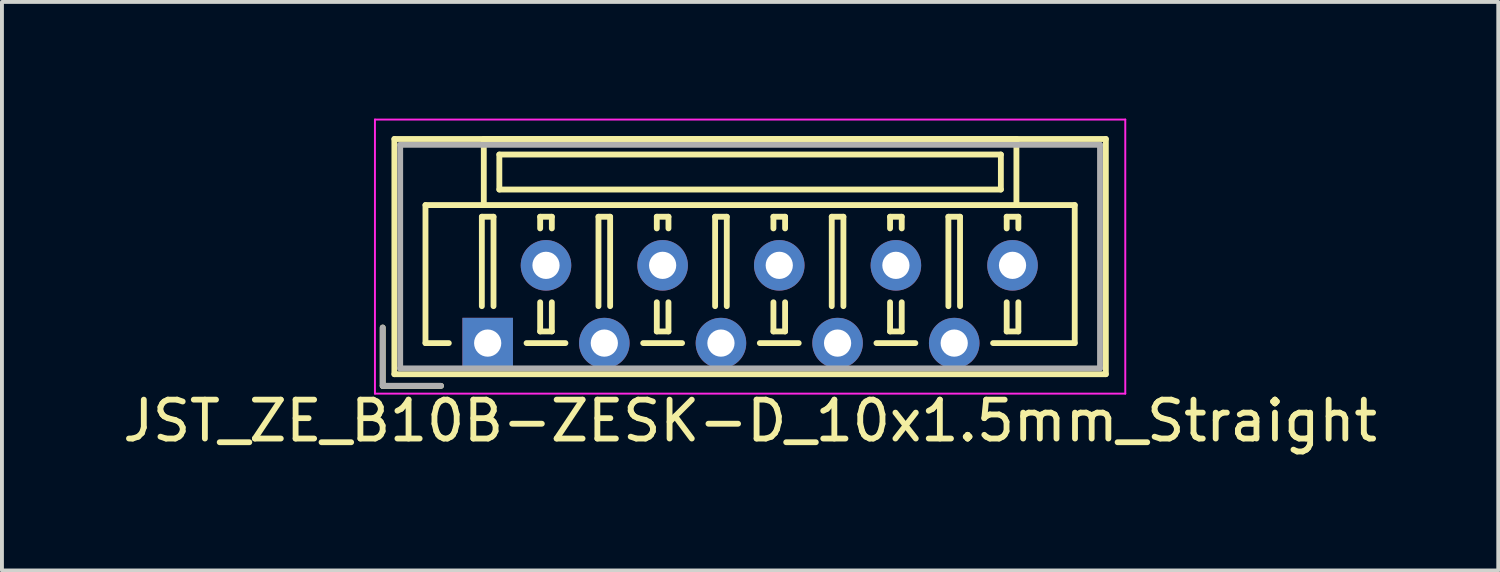
<source format=kicad_pcb>
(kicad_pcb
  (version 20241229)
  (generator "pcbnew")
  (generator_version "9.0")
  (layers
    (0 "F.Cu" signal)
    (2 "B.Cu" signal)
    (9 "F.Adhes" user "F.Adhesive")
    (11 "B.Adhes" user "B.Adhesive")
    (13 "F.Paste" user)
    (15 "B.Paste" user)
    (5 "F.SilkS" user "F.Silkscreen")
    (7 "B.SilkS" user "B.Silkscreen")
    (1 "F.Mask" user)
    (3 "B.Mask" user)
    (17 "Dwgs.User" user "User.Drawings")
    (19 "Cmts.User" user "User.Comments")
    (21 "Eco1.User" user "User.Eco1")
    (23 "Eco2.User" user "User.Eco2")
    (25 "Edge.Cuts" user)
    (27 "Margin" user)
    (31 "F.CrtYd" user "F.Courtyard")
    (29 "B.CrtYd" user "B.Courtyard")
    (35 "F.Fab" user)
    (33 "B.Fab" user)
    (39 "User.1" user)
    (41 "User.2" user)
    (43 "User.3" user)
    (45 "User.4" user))
  (footprint "JST_ZE_B10B-ZESK-D_10x1.5mm_Straight"
    (layer "F.Cu")
    (at 9.494 5.775)
    (property "Reference" "JST_ZE_B10B-ZESK-D_10x1.5mm_Straight" (at 6.75 2 0) (layer "F.SilkS") (effects (font (size 1 1) (thickness 0.15))))
    (attr through_hole)
    (fp_line (start -2.7 -0.4) (end -2.7 1.1) (stroke (width 0.15) (type solid)) (layer "F.SilkS"))
    (fp_line (start -2.7 1.1) (end -1.2 1.1) (stroke (width 0.15) (type solid)) (layer "F.SilkS"))
    (fp_line (start -2.4 -5.25) (end -2.4 0.8) (stroke (width 0.15) (type solid)) (layer "F.SilkS"))
    (fp_line (start -2.4 0.8) (end 15.9 0.8) (stroke (width 0.15) (type solid)) (layer "F.SilkS"))
    (fp_line (start -1.6 -3.55) (end -1.6 0) (stroke (width 0.15) (type solid)) (layer "F.SilkS"))
    (fp_line (start -1.6 0) (end -1 0) (stroke (width 0.15) (type solid)) (layer "F.SilkS"))
    (fp_line (start -0.15 -3.25) (end 0.15 -3.25) (stroke (width 0.15) (type solid)) (layer "F.SilkS"))
    (fp_line (start -0.15 -0.95) (end -0.15 -3.25) (stroke (width 0.15) (type solid)) (layer "F.SilkS"))
    (fp_line (start -0.1 -5.25) (end -0.1 -3.55) (stroke (width 0.15) (type solid)) (layer "F.SilkS"))
    (fp_line (start -0.1 -3.55) (end -1.6 -3.55) (stroke (width 0.15) (type solid)) (layer "F.SilkS"))
    (fp_line (start -0.1 -3.55) (end 13.6 -3.55) (stroke (width 0.15) (type solid)) (layer "F.SilkS"))
    (fp_line (start 0.15 -3.25) (end 0.15 -0.95) (stroke (width 0.15) (type solid)) (layer "F.SilkS"))
    (fp_line (start 0.3 -4.85) (end 0.3 -3.95) (stroke (width 0.15) (type solid)) (layer "F.SilkS"))
    (fp_line (start 0.3 -3.95) (end 13.2 -3.95) (stroke (width 0.15) (type solid)) (layer "F.SilkS"))
    (fp_line (start 1 0) (end 2 0) (stroke (width 0.15) (type solid)) (layer "F.SilkS"))
    (fp_line (start 1.35 -3.25) (end 1.65 -3.25) (stroke (width 0.15) (type solid)) (layer "F.SilkS"))
    (fp_line (start 1.35 -2.95) (end 1.35 -3.25) (stroke (width 0.15) (type solid)) (layer "F.SilkS"))
    (fp_line (start 1.35 -1.05) (end 1.35 -0.3) (stroke (width 0.15) (type solid)) (layer "F.SilkS"))
    (fp_line (start 1.35 -0.3) (end 1.65 -0.3) (stroke (width 0.15) (type solid)) (layer "F.SilkS"))
    (fp_line (start 1.65 -3.25) (end 1.65 -2.95) (stroke (width 0.15) (type solid)) (layer "F.SilkS"))
    (fp_line (start 1.65 -0.3) (end 1.65 -1.05) (stroke (width 0.15) (type solid)) (layer "F.SilkS"))
    (fp_line (start 2.85 -3.25) (end 3.15 -3.25) (stroke (width 0.15) (type solid)) (layer "F.SilkS"))
    (fp_line (start 2.85 -0.95) (end 2.85 -3.25) (stroke (width 0.15) (type solid)) (layer "F.SilkS"))
    (fp_line (start 3.15 -3.25) (end 3.15 -0.95) (stroke (width 0.15) (type solid)) (layer "F.SilkS"))
    (fp_line (start 4 0) (end 5 0) (stroke (width 0.15) (type solid)) (layer "F.SilkS"))
    (fp_line (start 4.35 -3.25) (end 4.65 -3.25) (stroke (width 0.15) (type solid)) (layer "F.SilkS"))
    (fp_line (start 4.35 -2.95) (end 4.35 -3.25) (stroke (width 0.15) (type solid)) (layer "F.SilkS"))
    (fp_line (start 4.35 -1.05) (end 4.35 -0.3) (stroke (width 0.15) (type solid)) (layer "F.SilkS"))
    (fp_line (start 4.35 -0.3) (end 4.65 -0.3) (stroke (width 0.15) (type solid)) (layer "F.SilkS"))
    (fp_line (start 4.65 -3.25) (end 4.65 -2.95) (stroke (width 0.15) (type solid)) (layer "F.SilkS"))
    (fp_line (start 4.65 -0.3) (end 4.65 -1.05) (stroke (width 0.15) (type solid)) (layer "F.SilkS"))
    (fp_line (start 5.85 -3.25) (end 6.15 -3.25) (stroke (width 0.15) (type solid)) (layer "F.SilkS"))
    (fp_line (start 5.85 -0.95) (end 5.85 -3.25) (stroke (width 0.15) (type solid)) (layer "F.SilkS"))
    (fp_line (start 6.15 -3.25) (end 6.15 -0.95) (stroke (width 0.15) (type solid)) (layer "F.SilkS"))
    (fp_line (start 7 0) (end 8 0) (stroke (width 0.15) (type solid)) (layer "F.SilkS"))
    (fp_line (start 7.35 -3.25) (end 7.65 -3.25) (stroke (width 0.15) (type solid)) (layer "F.SilkS"))
    (fp_line (start 7.35 -2.95) (end 7.35 -3.25) (stroke (width 0.15) (type solid)) (layer "F.SilkS"))
    (fp_line (start 7.35 -1.05) (end 7.35 -0.3) (stroke (width 0.15) (type solid)) (layer "F.SilkS"))
    (fp_line (start 7.35 -0.3) (end 7.65 -0.3) (stroke (width 0.15) (type solid)) (layer "F.SilkS"))
    (fp_line (start 7.65 -3.25) (end 7.65 -2.95) (stroke (width 0.15) (type solid)) (layer "F.SilkS"))
    (fp_line (start 7.65 -0.3) (end 7.65 -1.05) (stroke (width 0.15) (type solid)) (layer "F.SilkS"))
    (fp_line (start 8.85 -3.25) (end 9.15 -3.25) (stroke (width 0.15) (type solid)) (layer "F.SilkS"))
    (fp_line (start 8.85 -0.95) (end 8.85 -3.25) (stroke (width 0.15) (type solid)) (layer "F.SilkS"))
    (fp_line (start 9.15 -3.25) (end 9.15 -0.95) (stroke (width 0.15) (type solid)) (layer "F.SilkS"))
    (fp_line (start 10 0) (end 11 0) (stroke (width 0.15) (type solid)) (layer "F.SilkS"))
    (fp_line (start 10.35 -3.25) (end 10.65 -3.25) (stroke (width 0.15) (type solid)) (layer "F.SilkS"))
    (fp_line (start 10.35 -2.95) (end 10.35 -3.25) (stroke (width 0.15) (type solid)) (layer "F.SilkS"))
    (fp_line (start 10.35 -1.05) (end 10.35 -0.3) (stroke (width 0.15) (type solid)) (layer "F.SilkS"))
    (fp_line (start 10.35 -0.3) (end 10.65 -0.3) (stroke (width 0.15) (type solid)) (layer "F.SilkS"))
    (fp_line (start 10.65 -3.25) (end 10.65 -2.95) (stroke (width 0.15) (type solid)) (layer "F.SilkS"))
    (fp_line (start 10.65 -0.3) (end 10.65 -1.05) (stroke (width 0.15) (type solid)) (layer "F.SilkS"))
    (fp_line (start 11.85 -3.25) (end 12.15 -3.25) (stroke (width 0.15) (type solid)) (layer "F.SilkS"))
    (fp_line (start 11.85 -0.95) (end 11.85 -3.25) (stroke (width 0.15) (type solid)) (layer "F.SilkS"))
    (fp_line (start 12.15 -3.25) (end 12.15 -0.95) (stroke (width 0.15) (type solid)) (layer "F.SilkS"))
    (fp_line (start 13.2 -4.85) (end 0.3 -4.85) (stroke (width 0.15) (type solid)) (layer "F.SilkS"))
    (fp_line (start 13.2 -3.95) (end 13.2 -4.85) (stroke (width 0.15) (type solid)) (layer "F.SilkS"))
    (fp_line (start 13.35 -3.25) (end 13.65 -3.25) (stroke (width 0.15) (type solid)) (layer "F.SilkS"))
    (fp_line (start 13.35 -2.95) (end 13.35 -3.25) (stroke (width 0.15) (type solid)) (layer "F.SilkS"))
    (fp_line (start 13.35 -1.05) (end 13.35 -0.3) (stroke (width 0.15) (type solid)) (layer "F.SilkS"))
    (fp_line (start 13.35 -0.3) (end 13.65 -0.3) (stroke (width 0.15) (type solid)) (layer "F.SilkS"))
    (fp_line (start 13.6 -5.25) (end -0.1 -5.25) (stroke (width 0.15) (type solid)) (layer "F.SilkS"))
    (fp_line (start 13.6 -3.55) (end 13.6 -5.25) (stroke (width 0.15) (type solid)) (layer "F.SilkS"))
    (fp_line (start 13.6 -3.55) (end 15.1 -3.55) (stroke (width 0.15) (type solid)) (layer "F.SilkS"))
    (fp_line (start 13.65 -3.25) (end 13.65 -2.95) (stroke (width 0.15) (type solid)) (layer "F.SilkS"))
    (fp_line (start 13.65 -0.3) (end 13.65 -1.05) (stroke (width 0.15) (type solid)) (layer "F.SilkS"))
    (fp_line (start 15.1 -3.55) (end 15.1 0) (stroke (width 0.15) (type solid)) (layer "F.SilkS"))
    (fp_line (start 15.1 0) (end 13 0) (stroke (width 0.15) (type solid)) (layer "F.SilkS"))
    (fp_line (start 15.9 -5.25) (end -2.4 -5.25) (stroke (width 0.15) (type solid)) (layer "F.SilkS"))
    (fp_line (start 15.9 0.8) (end 15.9 -5.25) (stroke (width 0.15) (type solid)) (layer "F.SilkS"))
    (fp_line (start -2.9 -5.75) (end -2.9 1.3) (stroke (width 0.05) (type solid)) (layer "F.CrtYd"))
    (fp_line (start -2.9 1.3) (end 16.4 1.3) (stroke (width 0.05) (type solid)) (layer "F.CrtYd"))
    (fp_line (start 16.4 -5.75) (end -2.9 -5.75) (stroke (width 0.05) (type solid)) (layer "F.CrtYd"))
    (fp_line (start 16.4 1.3) (end 16.4 -5.75) (stroke (width 0.05) (type solid)) (layer "F.CrtYd"))
    (fp_line (start -2.7 -0.4) (end -2.7 1.1) (stroke (width 0.15) (type solid)) (layer "F.Fab"))
    (fp_line (start -2.7 1.1) (end -1.2 1.1) (stroke (width 0.15) (type solid)) (layer "F.Fab"))
    (fp_line (start -2.25 -5.1) (end -2.25 0.65) (stroke (width 0.15) (type solid)) (layer "F.Fab"))
    (fp_line (start -2.25 0.65) (end 15.75 0.65) (stroke (width 0.15) (type solid)) (layer "F.Fab"))
    (fp_line (start 15.75 -5.1) (end -2.25 -5.1) (stroke (width 0.15) (type solid)) (layer "F.Fab"))
    (fp_line (start 15.75 0.65) (end 15.75 -5.1) (stroke (width 0.15) (type solid)) (layer "F.Fab"))
    (pad "1" thru_hole rect (at 0 0) (size 1.3 1.3) (drill 0.7) (layers "*.Cu" "*.Mask"))
    (pad "2" thru_hole circle (at 1.5 -2) (size 1.3 1.3) (drill 0.7) (layers "*.Cu" "*.Mask"))
    (pad "3" thru_hole circle (at 3 0) (size 1.3 1.3) (drill 0.7) (layers "*.Cu" "*.Mask"))
    (pad "4" thru_hole circle (at 4.5 -2) (size 1.3 1.3) (drill 0.7) (layers "*.Cu" "*.Mask"))
    (pad "5" thru_hole circle (at 6 0) (size 1.3 1.3) (drill 0.7) (layers "*.Cu" "*.Mask"))
    (pad "6" thru_hole circle (at 7.5 -2) (size 1.3 1.3) (drill 0.7) (layers "*.Cu" "*.Mask"))
    (pad "7" thru_hole circle (at 9 0) (size 1.3 1.3) (drill 0.7) (layers "*.Cu" "*.Mask"))
    (pad "8" thru_hole circle (at 10.5 -2) (size 1.3 1.3) (drill 0.7) (layers "*.Cu" "*.Mask"))
    (pad "9" thru_hole circle (at 12 0) (size 1.3 1.3) (drill 0.7) (layers "*.Cu" "*.Mask"))
    (pad "10" thru_hole circle (at 13.5 -2) (size 1.3 1.3) (drill 0.7) (layers "*.Cu" "*.Mask")))
  (gr_rect
    (start -3 -3)
    (end 35.488 11.623)
    (stroke (width 0.1) (type default))
    (fill no)
    (layer "Edge.Cuts")))
</source>
